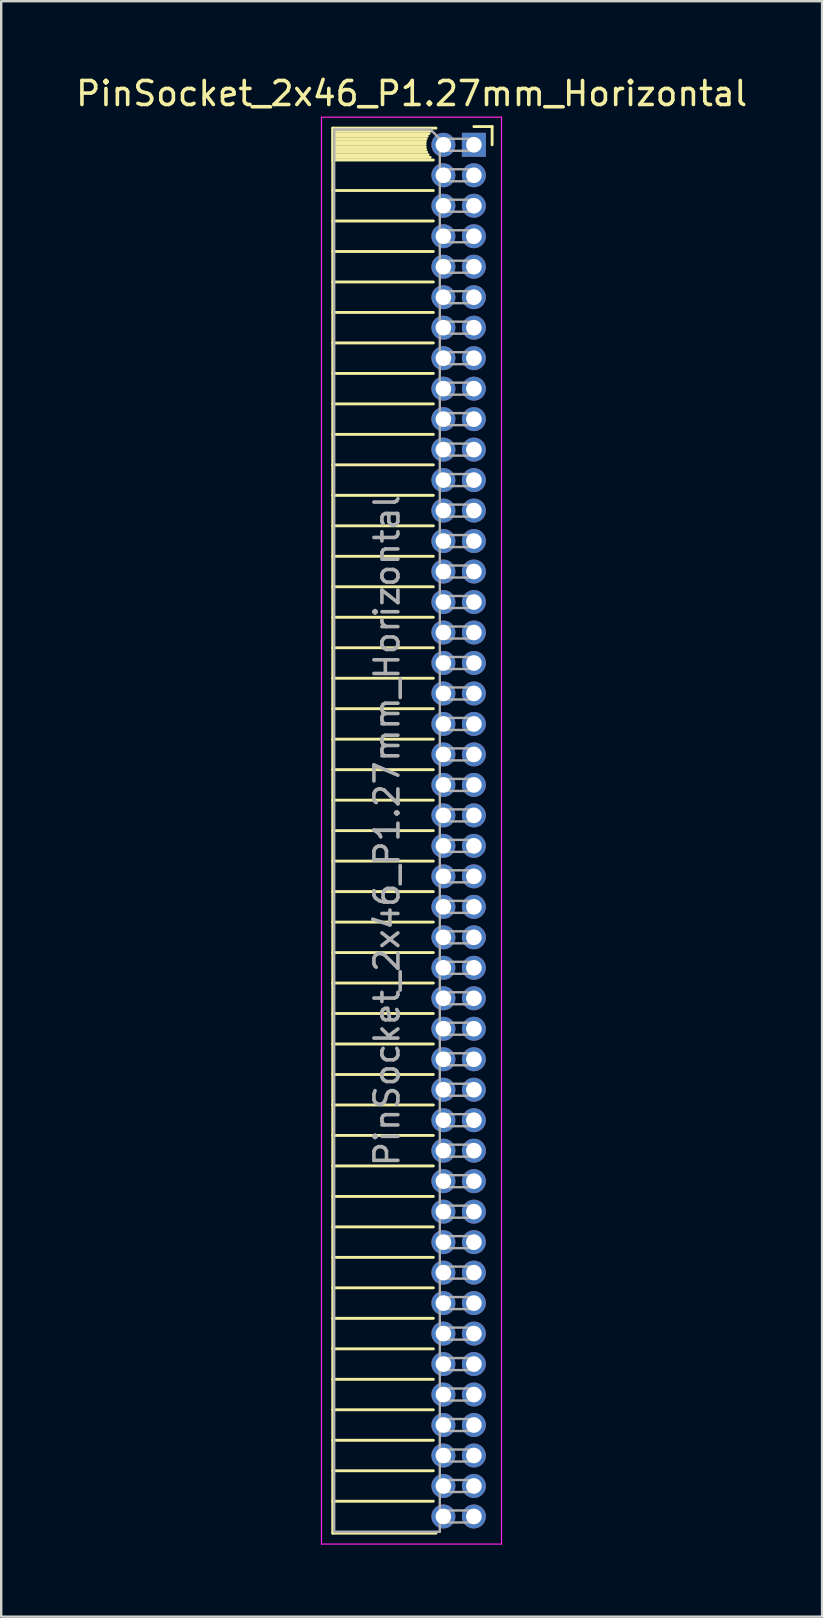
<source format=kicad_pcb>
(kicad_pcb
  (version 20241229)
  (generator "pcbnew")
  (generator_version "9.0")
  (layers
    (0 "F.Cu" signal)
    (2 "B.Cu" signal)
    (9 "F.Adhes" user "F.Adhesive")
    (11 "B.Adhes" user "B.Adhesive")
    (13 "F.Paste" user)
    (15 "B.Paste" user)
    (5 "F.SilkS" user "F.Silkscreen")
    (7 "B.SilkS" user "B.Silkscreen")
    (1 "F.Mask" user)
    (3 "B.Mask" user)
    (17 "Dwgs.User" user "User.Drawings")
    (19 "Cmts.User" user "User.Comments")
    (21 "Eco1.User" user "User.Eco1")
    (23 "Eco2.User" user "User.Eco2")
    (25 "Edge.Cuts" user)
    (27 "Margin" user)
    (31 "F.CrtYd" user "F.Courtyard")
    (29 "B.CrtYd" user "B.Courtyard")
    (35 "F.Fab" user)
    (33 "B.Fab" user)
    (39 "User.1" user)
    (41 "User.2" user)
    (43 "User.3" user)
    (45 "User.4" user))
  (footprint "PinSocket_2x46_P1.27mm_Horizontal"
    (layer "F.Cu")
    (at 16.694 2.983)
    (property "Reference" "PinSocket_2x46_P1.27mm_Horizontal" (at -2.592 -2.135 0) (layer "F.SilkS") (effects (font (size 1 1) (thickness 0.15))))
    (attr through_hole)
    (fp_line (start -5.88 -0.695) (end -5.88 57.845) (stroke (width 0.12) (type solid)) (layer "F.SilkS"))
    (fp_line (start -5.88 -0.695) (end -1.578 -0.695) (stroke (width 0.12) (type solid)) (layer "F.SilkS"))
    (fp_line (start -5.88 -0.575) (end -1.767 -0.575) (stroke (width 0.12) (type solid)) (layer "F.SilkS"))
    (fp_line (start -5.88 -0.465) (end -1.871 -0.465) (stroke (width 0.12) (type solid)) (layer "F.SilkS"))
    (fp_line (start -5.88 -0.355) (end -1.942 -0.355) (stroke (width 0.12) (type solid)) (layer "F.SilkS"))
    (fp_line (start -5.88 -0.245) (end -1.989 -0.245) (stroke (width 0.12) (type solid)) (layer "F.SilkS"))
    (fp_line (start -5.88 -0.135) (end -2.018 -0.135) (stroke (width 0.12) (type solid)) (layer "F.SilkS"))
    (fp_line (start -5.88 -0.025) (end -2.03 -0.025) (stroke (width 0.12) (type solid)) (layer "F.SilkS"))
    (fp_line (start -5.88 0.085) (end -2.025 0.085) (stroke (width 0.12) (type solid)) (layer "F.SilkS"))
    (fp_line (start -5.88 0.195) (end -2.005 0.195) (stroke (width 0.12) (type solid)) (layer "F.SilkS"))
    (fp_line (start -5.88 0.305) (end -1.966 0.305) (stroke (width 0.12) (type solid)) (layer "F.SilkS"))
    (fp_line (start -5.88 0.415) (end -1.907 0.415) (stroke (width 0.12) (type solid)) (layer "F.SilkS"))
    (fp_line (start -5.88 0.525) (end -1.82 0.525) (stroke (width 0.12) (type solid)) (layer "F.SilkS"))
    (fp_line (start -5.88 0.635) (end -1.688 0.635) (stroke (width 0.12) (type solid)) (layer "F.SilkS"))
    (fp_line (start -5.88 1.905) (end -1.688 1.905) (stroke (width 0.12) (type solid)) (layer "F.SilkS"))
    (fp_line (start -5.88 3.175) (end -1.688 3.175) (stroke (width 0.12) (type solid)) (layer "F.SilkS"))
    (fp_line (start -5.88 4.445) (end -1.688 4.445) (stroke (width 0.12) (type solid)) (layer "F.SilkS"))
    (fp_line (start -5.88 5.715) (end -1.688 5.715) (stroke (width 0.12) (type solid)) (layer "F.SilkS"))
    (fp_line (start -5.88 6.985) (end -1.688 6.985) (stroke (width 0.12) (type solid)) (layer "F.SilkS"))
    (fp_line (start -5.88 8.255) (end -1.688 8.255) (stroke (width 0.12) (type solid)) (layer "F.SilkS"))
    (fp_line (start -5.88 9.525) (end -1.688 9.525) (stroke (width 0.12) (type solid)) (layer "F.SilkS"))
    (fp_line (start -5.88 10.795) (end -1.688 10.795) (stroke (width 0.12) (type solid)) (layer "F.SilkS"))
    (fp_line (start -5.88 12.065) (end -1.688 12.065) (stroke (width 0.12) (type solid)) (layer "F.SilkS"))
    (fp_line (start -5.88 13.335) (end -1.688 13.335) (stroke (width 0.12) (type solid)) (layer "F.SilkS"))
    (fp_line (start -5.88 14.605) (end -1.688 14.605) (stroke (width 0.12) (type solid)) (layer "F.SilkS"))
    (fp_line (start -5.88 15.875) (end -1.688 15.875) (stroke (width 0.12) (type solid)) (layer "F.SilkS"))
    (fp_line (start -5.88 17.145) (end -1.688 17.145) (stroke (width 0.12) (type solid)) (layer "F.SilkS"))
    (fp_line (start -5.88 18.415) (end -1.688 18.415) (stroke (width 0.12) (type solid)) (layer "F.SilkS"))
    (fp_line (start -5.88 19.685) (end -1.688 19.685) (stroke (width 0.12) (type solid)) (layer "F.SilkS"))
    (fp_line (start -5.88 20.955) (end -1.688 20.955) (stroke (width 0.12) (type solid)) (layer "F.SilkS"))
    (fp_line (start -5.88 22.225) (end -1.688 22.225) (stroke (width 0.12) (type solid)) (layer "F.SilkS"))
    (fp_line (start -5.88 23.495) (end -1.688 23.495) (stroke (width 0.12) (type solid)) (layer "F.SilkS"))
    (fp_line (start -5.88 24.765) (end -1.688 24.765) (stroke (width 0.12) (type solid)) (layer "F.SilkS"))
    (fp_line (start -5.88 26.035) (end -1.688 26.035) (stroke (width 0.12) (type solid)) (layer "F.SilkS"))
    (fp_line (start -5.88 27.305) (end -1.688 27.305) (stroke (width 0.12) (type solid)) (layer "F.SilkS"))
    (fp_line (start -5.88 28.575) (end -1.688 28.575) (stroke (width 0.12) (type solid)) (layer "F.SilkS"))
    (fp_line (start -5.88 29.845) (end -1.688 29.845) (stroke (width 0.12) (type solid)) (layer "F.SilkS"))
    (fp_line (start -5.88 31.115) (end -1.688 31.115) (stroke (width 0.12) (type solid)) (layer "F.SilkS"))
    (fp_line (start -5.88 32.385) (end -1.688 32.385) (stroke (width 0.12) (type solid)) (layer "F.SilkS"))
    (fp_line (start -5.88 33.655) (end -1.688 33.655) (stroke (width 0.12) (type solid)) (layer "F.SilkS"))
    (fp_line (start -5.88 34.925) (end -1.688 34.925) (stroke (width 0.12) (type solid)) (layer "F.SilkS"))
    (fp_line (start -5.88 36.195) (end -1.688 36.195) (stroke (width 0.12) (type solid)) (layer "F.SilkS"))
    (fp_line (start -5.88 37.465) (end -1.688 37.465) (stroke (width 0.12) (type solid)) (layer "F.SilkS"))
    (fp_line (start -5.88 38.735) (end -1.688 38.735) (stroke (width 0.12) (type solid)) (layer "F.SilkS"))
    (fp_line (start -5.88 40.005) (end -1.688 40.005) (stroke (width 0.12) (type solid)) (layer "F.SilkS"))
    (fp_line (start -5.88 41.275) (end -1.688 41.275) (stroke (width 0.12) (type solid)) (layer "F.SilkS"))
    (fp_line (start -5.88 42.545) (end -1.688 42.545) (stroke (width 0.12) (type solid)) (layer "F.SilkS"))
    (fp_line (start -5.88 43.815) (end -1.688 43.815) (stroke (width 0.12) (type solid)) (layer "F.SilkS"))
    (fp_line (start -5.88 45.085) (end -1.688 45.085) (stroke (width 0.12) (type solid)) (layer "F.SilkS"))
    (fp_line (start -5.88 46.355) (end -1.688 46.355) (stroke (width 0.12) (type solid)) (layer "F.SilkS"))
    (fp_line (start -5.88 47.625) (end -1.688 47.625) (stroke (width 0.12) (type solid)) (layer "F.SilkS"))
    (fp_line (start -5.88 48.895) (end -1.688 48.895) (stroke (width 0.12) (type solid)) (layer "F.SilkS"))
    (fp_line (start -5.88 50.165) (end -1.688 50.165) (stroke (width 0.12) (type solid)) (layer "F.SilkS"))
    (fp_line (start -5.88 51.435) (end -1.688 51.435) (stroke (width 0.12) (type solid)) (layer "F.SilkS"))
    (fp_line (start -5.88 52.705) (end -1.688 52.705) (stroke (width 0.12) (type solid)) (layer "F.SilkS"))
    (fp_line (start -5.88 53.975) (end -1.688 53.975) (stroke (width 0.12) (type solid)) (layer "F.SilkS"))
    (fp_line (start -5.88 55.245) (end -1.688 55.245) (stroke (width 0.12) (type solid)) (layer "F.SilkS"))
    (fp_line (start -5.88 56.515) (end -1.688 56.515) (stroke (width 0.12) (type solid)) (layer "F.SilkS"))
    (fp_line (start -5.88 57.845) (end -1.578 57.845) (stroke (width 0.12) (type solid)) (layer "F.SilkS"))
    (fp_line (start 0 -0.76) (end 0.76 -0.76) (stroke (width 0.12) (type solid)) (layer "F.SilkS"))
    (fp_line (start 0.76 -0.76) (end 0.76 0) (stroke (width 0.12) (type solid)) (layer "F.SilkS"))
    (fp_line (start -6.35 -1.15) (end -6.35 58.3) (stroke (width 0.05) (type solid)) (layer "F.CrtYd"))
    (fp_line (start -6.35 58.3) (end 1.15 58.3) (stroke (width 0.05) (type solid)) (layer "F.CrtYd"))
    (fp_line (start 1.15 -1.15) (end -6.35 -1.15) (stroke (width 0.05) (type solid)) (layer "F.CrtYd"))
    (fp_line (start 1.15 58.3) (end 1.15 -1.15) (stroke (width 0.05) (type solid)) (layer "F.CrtYd"))
    (fp_line (start -5.82 -0.635) (end -1.805 -0.635) (stroke (width 0.1) (type solid)) (layer "F.Fab"))
    (fp_line (start -5.82 57.785) (end -5.82 -0.635) (stroke (width 0.1) (type solid)) (layer "F.Fab"))
    (fp_line (start -1.805 -0.635) (end -1.42 -0.25) (stroke (width 0.1) (type solid)) (layer "F.Fab"))
    (fp_line (start -1.42 -0.25) (end -1.42 57.785) (stroke (width 0.1) (type solid)) (layer "F.Fab"))
    (fp_line (start -1.42 0.25) (end 0 0.25) (stroke (width 0.1) (type solid)) (layer "F.Fab"))
    (fp_line (start -1.42 1.52) (end 0 1.52) (stroke (width 0.1) (type solid)) (layer "F.Fab"))
    (fp_line (start -1.42 2.79) (end 0 2.79) (stroke (width 0.1) (type solid)) (layer "F.Fab"))
    (fp_line (start -1.42 4.06) (end 0 4.06) (stroke (width 0.1) (type solid)) (layer "F.Fab"))
    (fp_line (start -1.42 5.33) (end 0 5.33) (stroke (width 0.1) (type solid)) (layer "F.Fab"))
    (fp_line (start -1.42 6.6) (end 0 6.6) (stroke (width 0.1) (type solid)) (layer "F.Fab"))
    (fp_line (start -1.42 7.87) (end 0 7.87) (stroke (width 0.1) (type solid)) (layer "F.Fab"))
    (fp_line (start -1.42 9.14) (end 0 9.14) (stroke (width 0.1) (type solid)) (layer "F.Fab"))
    (fp_line (start -1.42 10.41) (end 0 10.41) (stroke (width 0.1) (type solid)) (layer "F.Fab"))
    (fp_line (start -1.42 11.68) (end 0 11.68) (stroke (width 0.1) (type solid)) (layer "F.Fab"))
    (fp_line (start -1.42 12.95) (end 0 12.95) (stroke (width 0.1) (type solid)) (layer "F.Fab"))
    (fp_line (start -1.42 14.22) (end 0 14.22) (stroke (width 0.1) (type solid)) (layer "F.Fab"))
    (fp_line (start -1.42 15.49) (end 0 15.49) (stroke (width 0.1) (type solid)) (layer "F.Fab"))
    (fp_line (start -1.42 16.76) (end 0 16.76) (stroke (width 0.1) (type solid)) (layer "F.Fab"))
    (fp_line (start -1.42 18.03) (end 0 18.03) (stroke (width 0.1) (type solid)) (layer "F.Fab"))
    (fp_line (start -1.42 19.3) (end 0 19.3) (stroke (width 0.1) (type solid)) (layer "F.Fab"))
    (fp_line (start -1.42 20.57) (end 0 20.57) (stroke (width 0.1) (type solid)) (layer "F.Fab"))
    (fp_line (start -1.42 21.84) (end 0 21.84) (stroke (width 0.1) (type solid)) (layer "F.Fab"))
    (fp_line (start -1.42 23.11) (end 0 23.11) (stroke (width 0.1) (type solid)) (layer "F.Fab"))
    (fp_line (start -1.42 24.38) (end 0 24.38) (stroke (width 0.1) (type solid)) (layer "F.Fab"))
    (fp_line (start -1.42 25.65) (end 0 25.65) (stroke (width 0.1) (type solid)) (layer "F.Fab"))
    (fp_line (start -1.42 26.92) (end 0 26.92) (stroke (width 0.1) (type solid)) (layer "F.Fab"))
    (fp_line (start -1.42 28.19) (end 0 28.19) (stroke (width 0.1) (type solid)) (layer "F.Fab"))
    (fp_line (start -1.42 29.46) (end 0 29.46) (stroke (width 0.1) (type solid)) (layer "F.Fab"))
    (fp_line (start -1.42 30.73) (end 0 30.73) (stroke (width 0.1) (type solid)) (layer "F.Fab"))
    (fp_line (start -1.42 32) (end 0 32) (stroke (width 0.1) (type solid)) (layer "F.Fab"))
    (fp_line (start -1.42 33.27) (end 0 33.27) (stroke (width 0.1) (type solid)) (layer "F.Fab"))
    (fp_line (start -1.42 34.54) (end 0 34.54) (stroke (width 0.1) (type solid)) (layer "F.Fab"))
    (fp_line (start -1.42 35.81) (end 0 35.81) (stroke (width 0.1) (type solid)) (layer "F.Fab"))
    (fp_line (start -1.42 37.08) (end 0 37.08) (stroke (width 0.1) (type solid)) (layer "F.Fab"))
    (fp_line (start -1.42 38.35) (end 0 38.35) (stroke (width 0.1) (type solid)) (layer "F.Fab"))
    (fp_line (start -1.42 39.62) (end 0 39.62) (stroke (width 0.1) (type solid)) (layer "F.Fab"))
    (fp_line (start -1.42 40.89) (end 0 40.89) (stroke (width 0.1) (type solid)) (layer "F.Fab"))
    (fp_line (start -1.42 42.16) (end 0 42.16) (stroke (width 0.1) (type solid)) (layer "F.Fab"))
    (fp_line (start -1.42 43.43) (end 0 43.43) (stroke (width 0.1) (type solid)) (layer "F.Fab"))
    (fp_line (start -1.42 44.7) (end 0 44.7) (stroke (width 0.1) (type solid)) (layer "F.Fab"))
    (fp_line (start -1.42 45.97) (end 0 45.97) (stroke (width 0.1) (type solid)) (layer "F.Fab"))
    (fp_line (start -1.42 47.24) (end 0 47.24) (stroke (width 0.1) (type solid)) (layer "F.Fab"))
    (fp_line (start -1.42 48.51) (end 0 48.51) (stroke (width 0.1) (type solid)) (layer "F.Fab"))
    (fp_line (start -1.42 49.78) (end 0 49.78) (stroke (width 0.1) (type solid)) (layer "F.Fab"))
    (fp_line (start -1.42 51.05) (end 0 51.05) (stroke (width 0.1) (type solid)) (layer "F.Fab"))
    (fp_line (start -1.42 52.32) (end 0 52.32) (stroke (width 0.1) (type solid)) (layer "F.Fab"))
    (fp_line (start -1.42 53.59) (end 0 53.59) (stroke (width 0.1) (type solid)) (layer "F.Fab"))
    (fp_line (start -1.42 54.86) (end 0 54.86) (stroke (width 0.1) (type solid)) (layer "F.Fab"))
    (fp_line (start -1.42 56.13) (end 0 56.13) (stroke (width 0.1) (type solid)) (layer "F.Fab"))
    (fp_line (start -1.42 57.4) (end 0 57.4) (stroke (width 0.1) (type solid)) (layer "F.Fab"))
    (fp_line (start -1.42 57.785) (end -5.82 57.785) (stroke (width 0.1) (type solid)) (layer "F.Fab"))
    (fp_line (start 0 -0.25) (end -1.42 -0.25) (stroke (width 0.1) (type solid)) (layer "F.Fab"))
    (fp_line (start 0 0.25) (end 0 -0.25) (stroke (width 0.1) (type solid)) (layer "F.Fab"))
    (fp_line (start 0 1.02) (end -1.42 1.02) (stroke (width 0.1) (type solid)) (layer "F.Fab"))
    (fp_line (start 0 1.52) (end 0 1.02) (stroke (width 0.1) (type solid)) (layer "F.Fab"))
    (fp_line (start 0 2.29) (end -1.42 2.29) (stroke (width 0.1) (type solid)) (layer "F.Fab"))
    (fp_line (start 0 2.79) (end 0 2.29) (stroke (width 0.1) (type solid)) (layer "F.Fab"))
    (fp_line (start 0 3.56) (end -1.42 3.56) (stroke (width 0.1) (type solid)) (layer "F.Fab"))
    (fp_line (start 0 4.06) (end 0 3.56) (stroke (width 0.1) (type solid)) (layer "F.Fab"))
    (fp_line (start 0 4.83) (end -1.42 4.83) (stroke (width 0.1) (type solid)) (layer "F.Fab"))
    (fp_line (start 0 5.33) (end 0 4.83) (stroke (width 0.1) (type solid)) (layer "F.Fab"))
    (fp_line (start 0 6.1) (end -1.42 6.1) (stroke (width 0.1) (type solid)) (layer "F.Fab"))
    (fp_line (start 0 6.6) (end 0 6.1) (stroke (width 0.1) (type solid)) (layer "F.Fab"))
    (fp_line (start 0 7.37) (end -1.42 7.37) (stroke (width 0.1) (type solid)) (layer "F.Fab"))
    (fp_line (start 0 7.87) (end 0 7.37) (stroke (width 0.1) (type solid)) (layer "F.Fab"))
    (fp_line (start 0 8.64) (end -1.42 8.64) (stroke (width 0.1) (type solid)) (layer "F.Fab"))
    (fp_line (start 0 9.14) (end 0 8.64) (stroke (width 0.1) (type solid)) (layer "F.Fab"))
    (fp_line (start 0 9.91) (end -1.42 9.91) (stroke (width 0.1) (type solid)) (layer "F.Fab"))
    (fp_line (start 0 10.41) (end 0 9.91) (stroke (width 0.1) (type solid)) (layer "F.Fab"))
    (fp_line (start 0 11.18) (end -1.42 11.18) (stroke (width 0.1) (type solid)) (layer "F.Fab"))
    (fp_line (start 0 11.68) (end 0 11.18) (stroke (width 0.1) (type solid)) (layer "F.Fab"))
    (fp_line (start 0 12.45) (end -1.42 12.45) (stroke (width 0.1) (type solid)) (layer "F.Fab"))
    (fp_line (start 0 12.95) (end 0 12.45) (stroke (width 0.1) (type solid)) (layer "F.Fab"))
    (fp_line (start 0 13.72) (end -1.42 13.72) (stroke (width 0.1) (type solid)) (layer "F.Fab"))
    (fp_line (start 0 14.22) (end 0 13.72) (stroke (width 0.1) (type solid)) (layer "F.Fab"))
    (fp_line (start 0 14.99) (end -1.42 14.99) (stroke (width 0.1) (type solid)) (layer "F.Fab"))
    (fp_line (start 0 15.49) (end 0 14.99) (stroke (width 0.1) (type solid)) (layer "F.Fab"))
    (fp_line (start 0 16.26) (end -1.42 16.26) (stroke (width 0.1) (type solid)) (layer "F.Fab"))
    (fp_line (start 0 16.76) (end 0 16.26) (stroke (width 0.1) (type solid)) (layer "F.Fab"))
    (fp_line (start 0 17.53) (end -1.42 17.53) (stroke (width 0.1) (type solid)) (layer "F.Fab"))
    (fp_line (start 0 18.03) (end 0 17.53) (stroke (width 0.1) (type solid)) (layer "F.Fab"))
    (fp_line (start 0 18.8) (end -1.42 18.8) (stroke (width 0.1) (type solid)) (layer "F.Fab"))
    (fp_line (start 0 19.3) (end 0 18.8) (stroke (width 0.1) (type solid)) (layer "F.Fab"))
    (fp_line (start 0 20.07) (end -1.42 20.07) (stroke (width 0.1) (type solid)) (layer "F.Fab"))
    (fp_line (start 0 20.57) (end 0 20.07) (stroke (width 0.1) (type solid)) (layer "F.Fab"))
    (fp_line (start 0 21.34) (end -1.42 21.34) (stroke (width 0.1) (type solid)) (layer "F.Fab"))
    (fp_line (start 0 21.84) (end 0 21.34) (stroke (width 0.1) (type solid)) (layer "F.Fab"))
    (fp_line (start 0 22.61) (end -1.42 22.61) (stroke (width 0.1) (type solid)) (layer "F.Fab"))
    (fp_line (start 0 23.11) (end 0 22.61) (stroke (width 0.1) (type solid)) (layer "F.Fab"))
    (fp_line (start 0 23.88) (end -1.42 23.88) (stroke (width 0.1) (type solid)) (layer "F.Fab"))
    (fp_line (start 0 24.38) (end 0 23.88) (stroke (width 0.1) (type solid)) (layer "F.Fab"))
    (fp_line (start 0 25.15) (end -1.42 25.15) (stroke (width 0.1) (type solid)) (layer "F.Fab"))
    (fp_line (start 0 25.65) (end 0 25.15) (stroke (width 0.1) (type solid)) (layer "F.Fab"))
    (fp_line (start 0 26.42) (end -1.42 26.42) (stroke (width 0.1) (type solid)) (layer "F.Fab"))
    (fp_line (start 0 26.92) (end 0 26.42) (stroke (width 0.1) (type solid)) (layer "F.Fab"))
    (fp_line (start 0 27.69) (end -1.42 27.69) (stroke (width 0.1) (type solid)) (layer "F.Fab"))
    (fp_line (start 0 28.19) (end 0 27.69) (stroke (width 0.1) (type solid)) (layer "F.Fab"))
    (fp_line (start 0 28.96) (end -1.42 28.96) (stroke (width 0.1) (type solid)) (layer "F.Fab"))
    (fp_line (start 0 29.46) (end 0 28.96) (stroke (width 0.1) (type solid)) (layer "F.Fab"))
    (fp_line (start 0 30.23) (end -1.42 30.23) (stroke (width 0.1) (type solid)) (layer "F.Fab"))
    (fp_line (start 0 30.73) (end 0 30.23) (stroke (width 0.1) (type solid)) (layer "F.Fab"))
    (fp_line (start 0 31.5) (end -1.42 31.5) (stroke (width 0.1) (type solid)) (layer "F.Fab"))
    (fp_line (start 0 32) (end 0 31.5) (stroke (width 0.1) (type solid)) (layer "F.Fab"))
    (fp_line (start 0 32.77) (end -1.42 32.77) (stroke (width 0.1) (type solid)) (layer "F.Fab"))
    (fp_line (start 0 33.27) (end 0 32.77) (stroke (width 0.1) (type solid)) (layer "F.Fab"))
    (fp_line (start 0 34.04) (end -1.42 34.04) (stroke (width 0.1) (type solid)) (layer "F.Fab"))
    (fp_line (start 0 34.54) (end 0 34.04) (stroke (width 0.1) (type solid)) (layer "F.Fab"))
    (fp_line (start 0 35.31) (end -1.42 35.31) (stroke (width 0.1) (type solid)) (layer "F.Fab"))
    (fp_line (start 0 35.81) (end 0 35.31) (stroke (width 0.1) (type solid)) (layer "F.Fab"))
    (fp_line (start 0 36.58) (end -1.42 36.58) (stroke (width 0.1) (type solid)) (layer "F.Fab"))
    (fp_line (start 0 37.08) (end 0 36.58) (stroke (width 0.1) (type solid)) (layer "F.Fab"))
    (fp_line (start 0 37.85) (end -1.42 37.85) (stroke (width 0.1) (type solid)) (layer "F.Fab"))
    (fp_line (start 0 38.35) (end 0 37.85) (stroke (width 0.1) (type solid)) (layer "F.Fab"))
    (fp_line (start 0 39.12) (end -1.42 39.12) (stroke (width 0.1) (type solid)) (layer "F.Fab"))
    (fp_line (start 0 39.62) (end 0 39.12) (stroke (width 0.1) (type solid)) (layer "F.Fab"))
    (fp_line (start 0 40.39) (end -1.42 40.39) (stroke (width 0.1) (type solid)) (layer "F.Fab"))
    (fp_line (start 0 40.89) (end 0 40.39) (stroke (width 0.1) (type solid)) (layer "F.Fab"))
    (fp_line (start 0 41.66) (end -1.42 41.66) (stroke (width 0.1) (type solid)) (layer "F.Fab"))
    (fp_line (start 0 42.16) (end 0 41.66) (stroke (width 0.1) (type solid)) (layer "F.Fab"))
    (fp_line (start 0 42.93) (end -1.42 42.93) (stroke (width 0.1) (type solid)) (layer "F.Fab"))
    (fp_line (start 0 43.43) (end 0 42.93) (stroke (width 0.1) (type solid)) (layer "F.Fab"))
    (fp_line (start 0 44.2) (end -1.42 44.2) (stroke (width 0.1) (type solid)) (layer "F.Fab"))
    (fp_line (start 0 44.7) (end 0 44.2) (stroke (width 0.1) (type solid)) (layer "F.Fab"))
    (fp_line (start 0 45.47) (end -1.42 45.47) (stroke (width 0.1) (type solid)) (layer "F.Fab"))
    (fp_line (start 0 45.97) (end 0 45.47) (stroke (width 0.1) (type solid)) (layer "F.Fab"))
    (fp_line (start 0 46.74) (end -1.42 46.74) (stroke (width 0.1) (type solid)) (layer "F.Fab"))
    (fp_line (start 0 47.24) (end 0 46.74) (stroke (width 0.1) (type solid)) (layer "F.Fab"))
    (fp_line (start 0 48.01) (end -1.42 48.01) (stroke (width 0.1) (type solid)) (layer "F.Fab"))
    (fp_line (start 0 48.51) (end 0 48.01) (stroke (width 0.1) (type solid)) (layer "F.Fab"))
    (fp_line (start 0 49.28) (end -1.42 49.28) (stroke (width 0.1) (type solid)) (layer "F.Fab"))
    (fp_line (start 0 49.78) (end 0 49.28) (stroke (width 0.1) (type solid)) (layer "F.Fab"))
    (fp_line (start 0 50.55) (end -1.42 50.55) (stroke (width 0.1) (type solid)) (layer "F.Fab"))
    (fp_line (start 0 51.05) (end 0 50.55) (stroke (width 0.1) (type solid)) (layer "F.Fab"))
    (fp_line (start 0 51.82) (end -1.42 51.82) (stroke (width 0.1) (type solid)) (layer "F.Fab"))
    (fp_line (start 0 52.32) (end 0 51.82) (stroke (width 0.1) (type solid)) (layer "F.Fab"))
    (fp_line (start 0 53.09) (end -1.42 53.09) (stroke (width 0.1) (type solid)) (layer "F.Fab"))
    (fp_line (start 0 53.59) (end 0 53.09) (stroke (width 0.1) (type solid)) (layer "F.Fab"))
    (fp_line (start 0 54.36) (end -1.42 54.36) (stroke (width 0.1) (type solid)) (layer "F.Fab"))
    (fp_line (start 0 54.86) (end 0 54.36) (stroke (width 0.1) (type solid)) (layer "F.Fab"))
    (fp_line (start 0 55.63) (end -1.42 55.63) (stroke (width 0.1) (type solid)) (layer "F.Fab"))
    (fp_line (start 0 56.13) (end 0 55.63) (stroke (width 0.1) (type solid)) (layer "F.Fab"))
    (fp_line (start 0 56.9) (end -1.42 56.9) (stroke (width 0.1) (type solid)) (layer "F.Fab"))
    (fp_line (start 0 57.4) (end 0 56.9) (stroke (width 0.1) (type solid)) (layer "F.Fab"))
    (fp_text user "${REFERENCE}" (at -3.62 28.575 90) (layer "F.Fab") (effects (font (size 1 1) (thickness 0.15))))
    (pad "1" thru_hole rect (at 0 0) (size 1 1) (drill 0.65) (layers "*.Cu" "*.Mask"))
    (pad "2" thru_hole circle (at -1.27 0) (size 1 1) (drill 0.65) (layers "*.Cu" "*.Mask"))
    (pad "3" thru_hole circle (at 0 1.27) (size 1 1) (drill 0.65) (layers "*.Cu" "*.Mask"))
    (pad "4" thru_hole circle (at -1.27 1.27) (size 1 1) (drill 0.65) (layers "*.Cu" "*.Mask"))
    (pad "5" thru_hole circle (at 0 2.54) (size 1 1) (drill 0.65) (layers "*.Cu" "*.Mask"))
    (pad "6" thru_hole circle (at -1.27 2.54) (size 1 1) (drill 0.65) (layers "*.Cu" "*.Mask"))
    (pad "7" thru_hole circle (at 0 3.81) (size 1 1) (drill 0.65) (layers "*.Cu" "*.Mask"))
    (pad "8" thru_hole circle (at -1.27 3.81) (size 1 1) (drill 0.65) (layers "*.Cu" "*.Mask"))
    (pad "9" thru_hole circle (at 0 5.08) (size 1 1) (drill 0.65) (layers "*.Cu" "*.Mask"))
    (pad "10" thru_hole circle (at -1.27 5.08) (size 1 1) (drill 0.65) (layers "*.Cu" "*.Mask"))
    (pad "11" thru_hole circle (at 0 6.35) (size 1 1) (drill 0.65) (layers "*.Cu" "*.Mask"))
    (pad "12" thru_hole circle (at -1.27 6.35) (size 1 1) (drill 0.65) (layers "*.Cu" "*.Mask"))
    (pad "13" thru_hole circle (at 0 7.62) (size 1 1) (drill 0.65) (layers "*.Cu" "*.Mask"))
    (pad "14" thru_hole circle (at -1.27 7.62) (size 1 1) (drill 0.65) (layers "*.Cu" "*.Mask"))
    (pad "15" thru_hole circle (at 0 8.89) (size 1 1) (drill 0.65) (layers "*.Cu" "*.Mask"))
    (pad "16" thru_hole circle (at -1.27 8.89) (size 1 1) (drill 0.65) (layers "*.Cu" "*.Mask"))
    (pad "17" thru_hole circle (at 0 10.16) (size 1 1) (drill 0.65) (layers "*.Cu" "*.Mask"))
    (pad "18" thru_hole circle (at -1.27 10.16) (size 1 1) (drill 0.65) (layers "*.Cu" "*.Mask"))
    (pad "19" thru_hole circle (at 0 11.43) (size 1 1) (drill 0.65) (layers "*.Cu" "*.Mask"))
    (pad "20" thru_hole circle (at -1.27 11.43) (size 1 1) (drill 0.65) (layers "*.Cu" "*.Mask"))
    (pad "21" thru_hole circle (at 0 12.7) (size 1 1) (drill 0.65) (layers "*.Cu" "*.Mask"))
    (pad "22" thru_hole circle (at -1.27 12.7) (size 1 1) (drill 0.65) (layers "*.Cu" "*.Mask"))
    (pad "23" thru_hole circle (at 0 13.97) (size 1 1) (drill 0.65) (layers "*.Cu" "*.Mask"))
    (pad "24" thru_hole circle (at -1.27 13.97) (size 1 1) (drill 0.65) (layers "*.Cu" "*.Mask"))
    (pad "25" thru_hole circle (at 0 15.24) (size 1 1) (drill 0.65) (layers "*.Cu" "*.Mask"))
    (pad "26" thru_hole circle (at -1.27 15.24) (size 1 1) (drill 0.65) (layers "*.Cu" "*.Mask"))
    (pad "27" thru_hole circle (at 0 16.51) (size 1 1) (drill 0.65) (layers "*.Cu" "*.Mask"))
    (pad "28" thru_hole circle (at -1.27 16.51) (size 1 1) (drill 0.65) (layers "*.Cu" "*.Mask"))
    (pad "29" thru_hole circle (at 0 17.78) (size 1 1) (drill 0.65) (layers "*.Cu" "*.Mask"))
    (pad "30" thru_hole circle (at -1.27 17.78) (size 1 1) (drill 0.65) (layers "*.Cu" "*.Mask"))
    (pad "31" thru_hole circle (at 0 19.05) (size 1 1) (drill 0.65) (layers "*.Cu" "*.Mask"))
    (pad "32" thru_hole circle (at -1.27 19.05) (size 1 1) (drill 0.65) (layers "*.Cu" "*.Mask"))
    (pad "33" thru_hole circle (at 0 20.32) (size 1 1) (drill 0.65) (layers "*.Cu" "*.Mask"))
    (pad "34" thru_hole circle (at -1.27 20.32) (size 1 1) (drill 0.65) (layers "*.Cu" "*.Mask"))
    (pad "35" thru_hole circle (at 0 21.59) (size 1 1) (drill 0.65) (layers "*.Cu" "*.Mask"))
    (pad "36" thru_hole circle (at -1.27 21.59) (size 1 1) (drill 0.65) (layers "*.Cu" "*.Mask"))
    (pad "37" thru_hole circle (at 0 22.86) (size 1 1) (drill 0.65) (layers "*.Cu" "*.Mask"))
    (pad "38" thru_hole circle (at -1.27 22.86) (size 1 1) (drill 0.65) (layers "*.Cu" "*.Mask"))
    (pad "39" thru_hole circle (at 0 24.13) (size 1 1) (drill 0.65) (layers "*.Cu" "*.Mask"))
    (pad "40" thru_hole circle (at -1.27 24.13) (size 1 1) (drill 0.65) (layers "*.Cu" "*.Mask"))
    (pad "41" thru_hole circle (at 0 25.4) (size 1 1) (drill 0.65) (layers "*.Cu" "*.Mask"))
    (pad "42" thru_hole circle (at -1.27 25.4) (size 1 1) (drill 0.65) (layers "*.Cu" "*.Mask"))
    (pad "43" thru_hole circle (at 0 26.67) (size 1 1) (drill 0.65) (layers "*.Cu" "*.Mask"))
    (pad "44" thru_hole circle (at -1.27 26.67) (size 1 1) (drill 0.65) (layers "*.Cu" "*.Mask"))
    (pad "45" thru_hole circle (at 0 27.94) (size 1 1) (drill 0.65) (layers "*.Cu" "*.Mask"))
    (pad "46" thru_hole circle (at -1.27 27.94) (size 1 1) (drill 0.65) (layers "*.Cu" "*.Mask"))
    (pad "47" thru_hole circle (at 0 29.21) (size 1 1) (drill 0.65) (layers "*.Cu" "*.Mask"))
    (pad "48" thru_hole circle (at -1.27 29.21) (size 1 1) (drill 0.65) (layers "*.Cu" "*.Mask"))
    (pad "49" thru_hole circle (at 0 30.48) (size 1 1) (drill 0.65) (layers "*.Cu" "*.Mask"))
    (pad "50" thru_hole circle (at -1.27 30.48) (size 1 1) (drill 0.65) (layers "*.Cu" "*.Mask"))
    (pad "51" thru_hole circle (at 0 31.75) (size 1 1) (drill 0.65) (layers "*.Cu" "*.Mask"))
    (pad "52" thru_hole circle (at -1.27 31.75) (size 1 1) (drill 0.65) (layers "*.Cu" "*.Mask"))
    (pad "53" thru_hole circle (at 0 33.02) (size 1 1) (drill 0.65) (layers "*.Cu" "*.Mask"))
    (pad "54" thru_hole circle (at -1.27 33.02) (size 1 1) (drill 0.65) (layers "*.Cu" "*.Mask"))
    (pad "55" thru_hole circle (at 0 34.29) (size 1 1) (drill 0.65) (layers "*.Cu" "*.Mask"))
    (pad "56" thru_hole circle (at -1.27 34.29) (size 1 1) (drill 0.65) (layers "*.Cu" "*.Mask"))
    (pad "57" thru_hole circle (at 0 35.56) (size 1 1) (drill 0.65) (layers "*.Cu" "*.Mask"))
    (pad "58" thru_hole circle (at -1.27 35.56) (size 1 1) (drill 0.65) (layers "*.Cu" "*.Mask"))
    (pad "59" thru_hole circle (at 0 36.83) (size 1 1) (drill 0.65) (layers "*.Cu" "*.Mask"))
    (pad "60" thru_hole circle (at -1.27 36.83) (size 1 1) (drill 0.65) (layers "*.Cu" "*.Mask"))
    (pad "61" thru_hole circle (at 0 38.1) (size 1 1) (drill 0.65) (layers "*.Cu" "*.Mask"))
    (pad "62" thru_hole circle (at -1.27 38.1) (size 1 1) (drill 0.65) (layers "*.Cu" "*.Mask"))
    (pad "63" thru_hole circle (at 0 39.37) (size 1 1) (drill 0.65) (layers "*.Cu" "*.Mask"))
    (pad "64" thru_hole circle (at -1.27 39.37) (size 1 1) (drill 0.65) (layers "*.Cu" "*.Mask"))
    (pad "65" thru_hole circle (at 0 40.64) (size 1 1) (drill 0.65) (layers "*.Cu" "*.Mask"))
    (pad "66" thru_hole circle (at -1.27 40.64) (size 1 1) (drill 0.65) (layers "*.Cu" "*.Mask"))
    (pad "67" thru_hole circle (at 0 41.91) (size 1 1) (drill 0.65) (layers "*.Cu" "*.Mask"))
    (pad "68" thru_hole circle (at -1.27 41.91) (size 1 1) (drill 0.65) (layers "*.Cu" "*.Mask"))
    (pad "69" thru_hole circle (at 0 43.18) (size 1 1) (drill 0.65) (layers "*.Cu" "*.Mask"))
    (pad "70" thru_hole circle (at -1.27 43.18) (size 1 1) (drill 0.65) (layers "*.Cu" "*.Mask"))
    (pad "71" thru_hole circle (at 0 44.45) (size 1 1) (drill 0.65) (layers "*.Cu" "*.Mask"))
    (pad "72" thru_hole circle (at -1.27 44.45) (size 1 1) (drill 0.65) (layers "*.Cu" "*.Mask"))
    (pad "73" thru_hole circle (at 0 45.72) (size 1 1) (drill 0.65) (layers "*.Cu" "*.Mask"))
    (pad "74" thru_hole circle (at -1.27 45.72) (size 1 1) (drill 0.65) (layers "*.Cu" "*.Mask"))
    (pad "75" thru_hole circle (at 0 46.99) (size 1 1) (drill 0.65) (layers "*.Cu" "*.Mask"))
    (pad "76" thru_hole circle (at -1.27 46.99) (size 1 1) (drill 0.65) (layers "*.Cu" "*.Mask"))
    (pad "77" thru_hole circle (at 0 48.26) (size 1 1) (drill 0.65) (layers "*.Cu" "*.Mask"))
    (pad "78" thru_hole circle (at -1.27 48.26) (size 1 1) (drill 0.65) (layers "*.Cu" "*.Mask"))
    (pad "79" thru_hole circle (at 0 49.53) (size 1 1) (drill 0.65) (layers "*.Cu" "*.Mask"))
    (pad "80" thru_hole circle (at -1.27 49.53) (size 1 1) (drill 0.65) (layers "*.Cu" "*.Mask"))
    (pad "81" thru_hole circle (at 0 50.8) (size 1 1) (drill 0.65) (layers "*.Cu" "*.Mask"))
    (pad "82" thru_hole circle (at -1.27 50.8) (size 1 1) (drill 0.65) (layers "*.Cu" "*.Mask"))
    (pad "83" thru_hole circle (at 0 52.07) (size 1 1) (drill 0.65) (layers "*.Cu" "*.Mask"))
    (pad "84" thru_hole circle (at -1.27 52.07) (size 1 1) (drill 0.65) (layers "*.Cu" "*.Mask"))
    (pad "85" thru_hole circle (at 0 53.34) (size 1 1) (drill 0.65) (layers "*.Cu" "*.Mask"))
    (pad "86" thru_hole circle (at -1.27 53.34) (size 1 1) (drill 0.65) (layers "*.Cu" "*.Mask"))
    (pad "87" thru_hole circle (at 0 54.61) (size 1 1) (drill 0.65) (layers "*.Cu" "*.Mask"))
    (pad "88" thru_hole circle (at -1.27 54.61) (size 1 1) (drill 0.65) (layers "*.Cu" "*.Mask"))
    (pad "89" thru_hole circle (at 0 55.88) (size 1 1) (drill 0.65) (layers "*.Cu" "*.Mask"))
    (pad "90" thru_hole circle (at -1.27 55.88) (size 1 1) (drill 0.65) (layers "*.Cu" "*.Mask"))
    (pad "91" thru_hole circle (at 0 57.15) (size 1 1) (drill 0.65) (layers "*.Cu" "*.Mask"))
    (pad "92" thru_hole circle (at -1.27 57.15) (size 1 1) (drill 0.65) (layers "*.Cu" "*.Mask")))
  (gr_rect
    (start -3 -3)
    (end 31.202 64.308)
    (stroke (width 0.1) (type default))
    (fill no)
    (layer "Edge.Cuts")))
</source>
